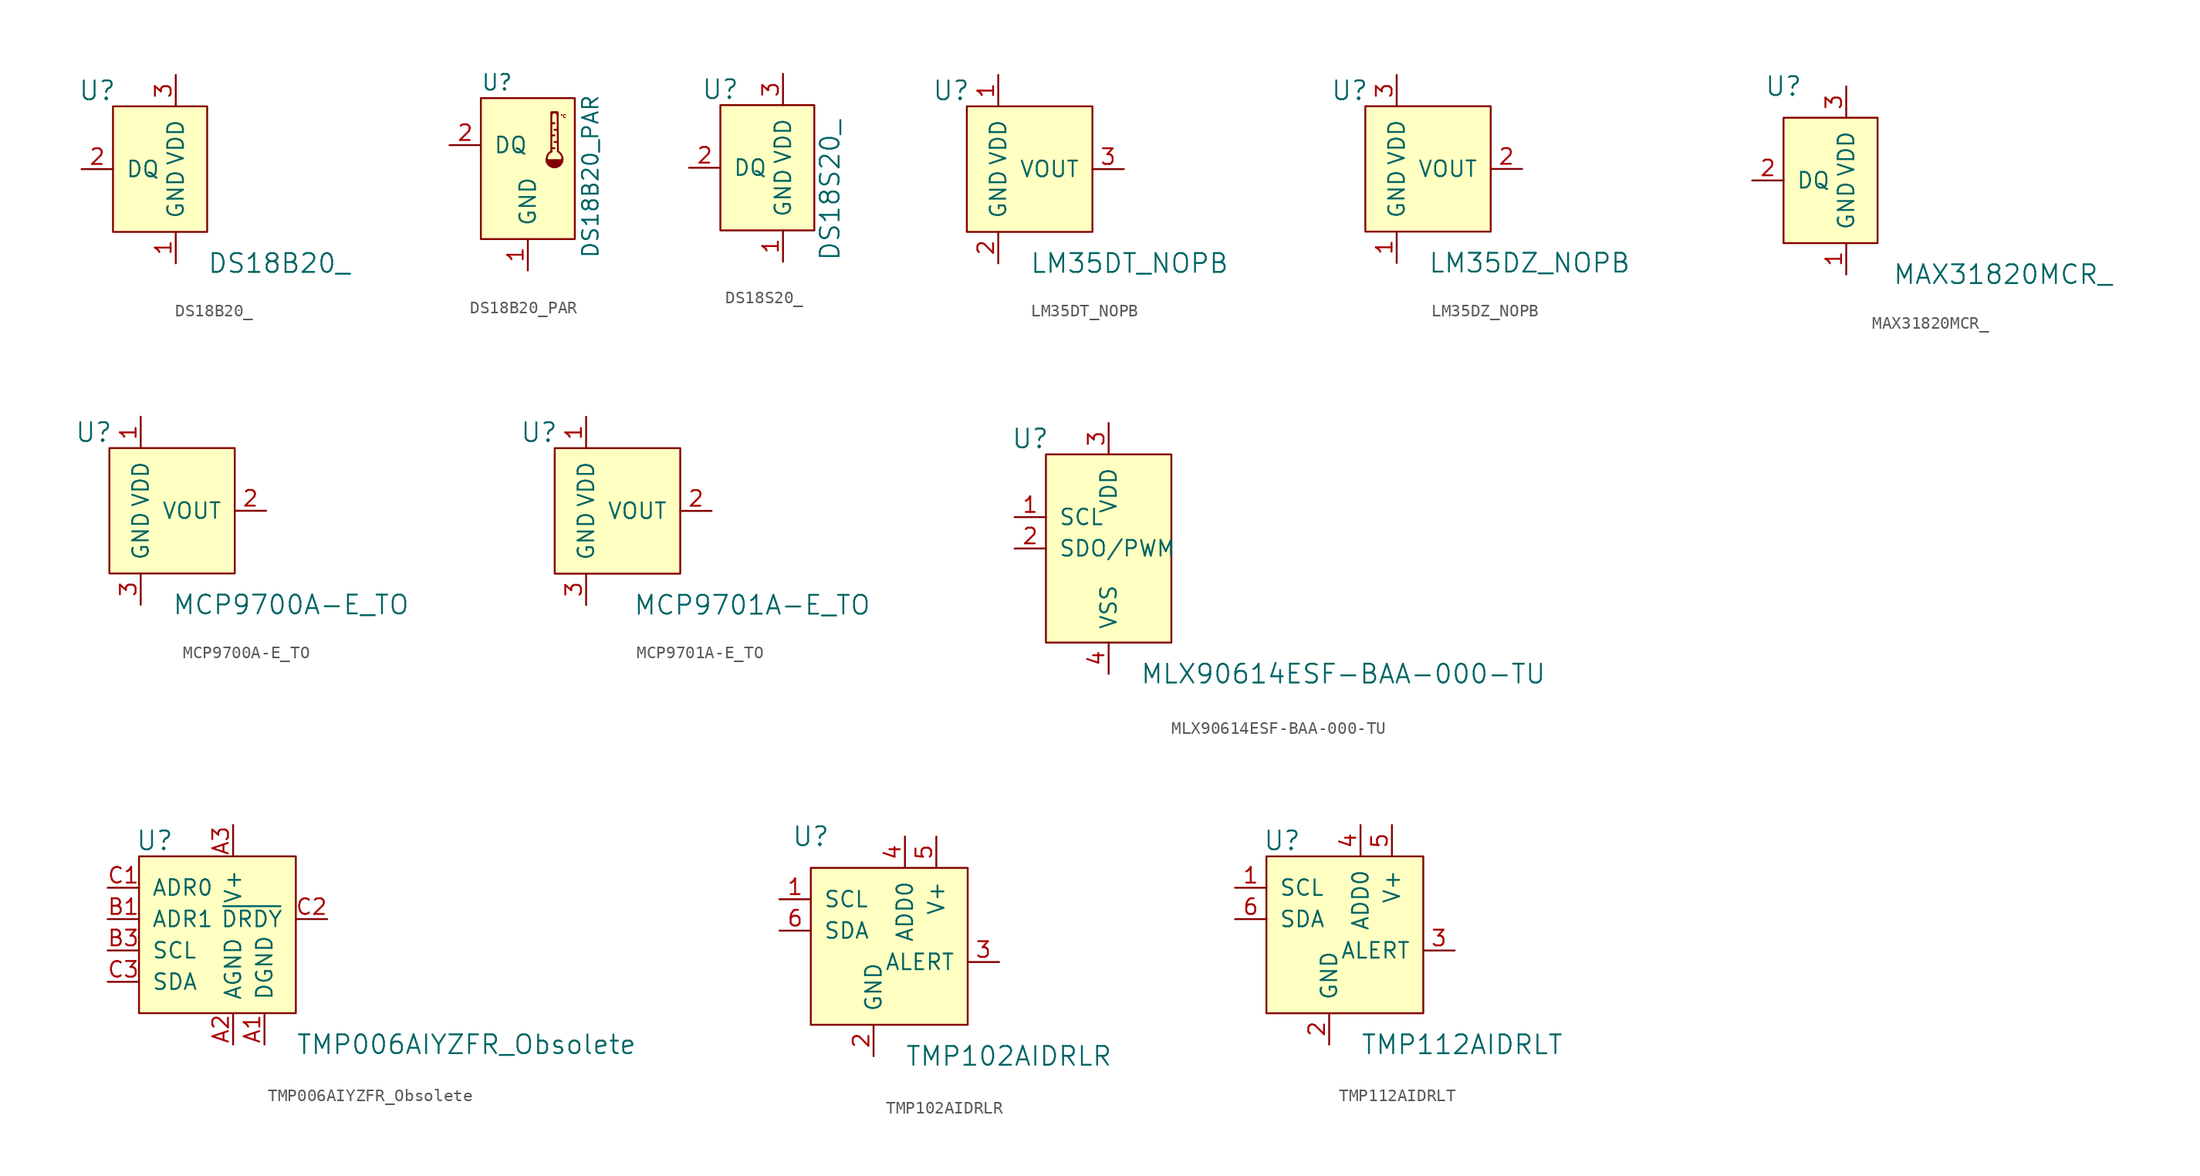
<source format=kicad_sym>
(kicad_symbol_lib
  (version 20211014)
  (generator kicad_symbol_editor)
  (symbol "DS18B20_"
    (pin_names
      (offset 1.016))
    (property "Reference" "U"
      (at -6.35 6.35 0)
      (effects (font (size 1.524 1.524))))
    (property "Value" "DS18B20_"
      (at 2.54 -7.62 0)
      (effects (font (size 1.524 1.524)) (justify left)))
    (symbol "DS18B20__0_1"
      (rectangle (start -5.08 5.08) (end 2.54 -5.08) (stroke (width 0) (type default) (color 0 0 0 0)) (fill (type background))))
    (symbol "DS18B20__1_1"
      (pin power_in line (at 0 -7.62 90) (length 2.54) (name "GND" (effects (font (size 1.27 1.27)))) (number "1" (effects (font (size 1.27 1.27)))))
      (pin bidirectional line (at -7.62 0 0) (length 2.54) (name "DQ" (effects (font (size 1.27 1.27)))) (number "2" (effects (font (size 1.27 1.27)))))
      (pin power_in line (at 0 7.62 270) (length 2.54) (name "VDD" (effects (font (size 1.27 1.27)))) (number "3" (effects (font (size 1.27 1.27)))))))
  (symbol "DS18B20_PAR"
    (pin_names
      (offset 1.016))
    (property "Reference" "U"
      (at -3.81 8.89 0)
      (effects (font (size 1.27 1.27)) (justify left)))
    (property "Value" "DS18B20_PAR"
      (at 5.08 1.27 90)
      (effects (font (size 1.27 1.27))))
    (symbol "DS18B20_PAR_0_1"
      (rectangle (start -3.81 -3.81) (end 3.81 7.62) (stroke (width 0) (type default) (color 0 0 0 0)) (fill (type background))))
    (symbol "DS18B20_PAR_1_0"
      (polyline (pts (xy 1.905 4.597) (xy 2.159 4.597)) (stroke (width 0) (type default) (color 0 0 0 0)) (fill (type none)))
      (polyline (pts (xy 1.93 3.556) (xy 2.159 3.556)) (stroke (width 0) (type default) (color 0 0 0 0)) (fill (type none)))
      (polyline (pts (xy 2.159 5.588) (xy 1.905 5.588)) (stroke (width 0) (type default) (color 0 0 0 0)) (fill (type none)))
      (polyline (pts (xy 2.413 4.064) (xy 2.159 4.064)) (stroke (width 0) (type default) (color 0 0 0 0)) (fill (type none)))
      (polyline (pts (xy 2.413 5.055) (xy 2.159 5.055)) (stroke (width 0) (type default) (color 0 0 0 0)) (fill (type none)))
      (polyline (pts (xy 1.905 3.277) (xy 1.905 6.477) (xy 2.413 6.477) (xy 2.438 3.302)) (stroke (width 0) (type default) (color 0 0 0 0)) (fill (type none)))
      (arc (start 1.524 2.667) (mid 2.159 2.032) (end 2.794 2.667) (stroke (width 0.1778) (type default) (color 0 0 0 0)) (fill (type none)))
      (arc (start 1.524 2.667) (mid 2.159 2.032) (end 2.794 2.667) (stroke (width 0.1778) (type default) (color 0 0 0 0)) (fill (type outline)))
      (arc (start 1.9304 3.302) (mid 1.6277 3.0477) (end 1.5494 2.667) (stroke (width 0) (type default) (color 0 0 0 0)) (fill (type none)))
      (arc (start 2.413 6.223) (mid 2.159 6.477) (end 1.905 6.223) (stroke (width 0) (type default) (color 0 0 0 0)) (fill (type none)))
      (arc (start 2.8194 2.667) (mid 2.7121 3.0279) (end 2.4384 3.302) (stroke (width 0) (type default) (color 0 0 0 0)) (fill (type none)))
      (text "°C" (at 2.616 6.299 0) (effects (font (size 0.254 0.254)) (justify left top))))
    (symbol "DS18B20_PAR_1_1"
      (pin power_in line (at 0 -6.35 90) (length 2.54) (name "GND" (effects (font (size 1.27 1.27)))) (number "1" (effects (font (size 1.27 1.27)))))
      (pin bidirectional line (at -6.35 3.81 0) (length 2.54) (name "DQ" (effects (font (size 1.27 1.27)))) (number "2" (effects (font (size 1.27 1.27)))))
      (pin no_connect line (at -6.35 1.27 0) (length 2.54) hide (name "N.C." (effects (font (size 1.27 1.27)))) (number "3" (effects (font (size 1.27 1.27)))))))
  (symbol "DS18S20_"
    (pin_names
      (offset 1.016))
    (property "Reference" "U"
      (at -5.08 6.35 0)
      (effects (font (size 1.524 1.524))))
    (property "Value" "DS18S20_"
      (at 3.81 -7.62 90)
      (effects (font (size 1.524 1.524)) (justify left)))
    (symbol "DS18S20__0_1"
      (rectangle (start -5.08 5.08) (end 2.54 -5.08) (stroke (width 0) (type default) (color 0 0 0 0)) (fill (type background))))
    (symbol "DS18S20__1_1"
      (pin power_in line (at 0 -7.62 90) (length 2.54) (name "GND" (effects (font (size 1.27 1.27)))) (number "1" (effects (font (size 1.27 1.27)))))
      (pin bidirectional line (at -7.62 0 0) (length 2.54) (name "DQ" (effects (font (size 1.27 1.27)))) (number "2" (effects (font (size 1.27 1.27)))))
      (pin power_in line (at 0 7.62 270) (length 2.54) (name "VDD" (effects (font (size 1.27 1.27)))) (number "3" (effects (font (size 1.27 1.27)))))))
  (symbol "LM35DT_NOPB"
    (pin_names
      (offset 1.016))
    (property "Reference" "U"
      (at -3.81 6.35 0)
      (effects (font (size 1.524 1.524))))
    (property "Value" "LM35DT_NOPB"
      (at 2.54 -7.62 0)
      (effects (font (size 1.524 1.524)) (justify left)))
    (symbol "LM35DT_NOPB_0_1"
      (rectangle (start 7.62 5.08) (end -2.54 -5.08) (stroke (width 0) (type default) (color 0 0 0 0)) (fill (type background))))
    (symbol "LM35DT_NOPB_1_1"
      (pin power_in line (at 0 7.62 270) (length 2.54) (name "VDD" (effects (font (size 1.27 1.27)))) (number "1" (effects (font (size 1.27 1.27)))))
      (pin power_in line (at 0 -7.62 90) (length 2.54) (name "GND" (effects (font (size 1.27 1.27)))) (number "2" (effects (font (size 1.27 1.27)))))
      (pin output line (at 10.16 0 180) (length 2.54) (name "VOUT" (effects (font (size 1.27 1.27)))) (number "3" (effects (font (size 1.27 1.27)))))))
  (symbol "LM35DZ_NOPB"
    (pin_names
      (offset 1.016))
    (property "Reference" "U"
      (at -3.81 6.35 0)
      (effects (font (size 1.524 1.524))))
    (property "Value" "LM35DZ_NOPB"
      (at 2.54 -7.62 0)
      (effects (font (size 1.524 1.524)) (justify left)))
    (symbol "LM35DZ_NOPB_0_1"
      (rectangle (start 7.62 5.08) (end -2.54 -5.08) (stroke (width 0) (type default) (color 0 0 0 0)) (fill (type background))))
    (symbol "LM35DZ_NOPB_1_1"
      (pin power_in line (at 0 -7.62 90) (length 2.54) (name "GND" (effects (font (size 1.27 1.27)))) (number "1" (effects (font (size 1.27 1.27)))))
      (pin output line (at 10.16 0 180) (length 2.54) (name "VOUT" (effects (font (size 1.27 1.27)))) (number "2" (effects (font (size 1.27 1.27)))))
      (pin power_in line (at 0 7.62 270) (length 2.54) (name "VDD" (effects (font (size 1.27 1.27)))) (number "3" (effects (font (size 1.27 1.27)))))))
  (symbol "MAX31820MCR_"
    (pin_names
      (offset 1.016))
    (property "Reference" "U"
      (at -5.08 7.62 0)
      (effects (font (size 1.524 1.524))))
    (property "Value" "MAX31820MCR_"
      (at 12.7 -7.62 0)
      (effects (font (size 1.524 1.524))))
    (symbol "MAX31820MCR__0_1"
      (rectangle (start 2.54 5.08) (end -5.08 -5.08) (stroke (width 0) (type default) (color 0 0 0 0)) (fill (type background))))
    (symbol "MAX31820MCR__1_1"
      (pin power_in line (at 0 -7.62 90) (length 2.54) (name "GND" (effects (font (size 1.27 1.27)))) (number "1" (effects (font (size 1.27 1.27)))))
      (pin bidirectional line (at -7.62 0 0) (length 2.54) (name "DQ" (effects (font (size 1.27 1.27)))) (number "2" (effects (font (size 1.27 1.27)))))
      (pin power_in line (at 0 7.62 270) (length 2.54) (name "VDD" (effects (font (size 1.27 1.27)))) (number "3" (effects (font (size 1.27 1.27)))))))
  (symbol "MCP9700A-E_TO"
    (pin_names
      (offset 1.016))
    (property "Reference" "U"
      (at -3.81 6.35 0)
      (effects (font (size 1.524 1.524))))
    (property "Value" "MCP9700A-E_TO"
      (at 2.54 -7.62 0)
      (effects (font (size 1.524 1.524)) (justify left)))
    (symbol "MCP9700A-E_TO_0_1"
      (rectangle (start 7.62 5.08) (end -2.54 -5.08) (stroke (width 0) (type default) (color 0 0 0 0)) (fill (type background))))
    (symbol "MCP9700A-E_TO_1_1"
      (pin power_in line (at 0 7.62 270) (length 2.54) (name "VDD" (effects (font (size 1.27 1.27)))) (number "1" (effects (font (size 1.27 1.27)))))
      (pin output line (at 10.16 0 180) (length 2.54) (name "VOUT" (effects (font (size 1.27 1.27)))) (number "2" (effects (font (size 1.27 1.27)))))
      (pin power_in line (at 0 -7.62 90) (length 2.54) (name "GND" (effects (font (size 1.27 1.27)))) (number "3" (effects (font (size 1.27 1.27)))))))
  (symbol "MCP9701A-E_TO"
    (pin_names
      (offset 1.016))
    (property "Reference" "U"
      (at -3.81 6.35 0)
      (effects (font (size 1.524 1.524))))
    (property "Value" "MCP9701A-E_TO"
      (at 3.81 -7.62 0)
      (effects (font (size 1.524 1.524)) (justify left)))
    (symbol "MCP9701A-E_TO_0_1"
      (rectangle (start 7.62 5.08) (end -2.54 -5.08) (stroke (width 0) (type default) (color 0 0 0 0)) (fill (type background))))
    (symbol "MCP9701A-E_TO_1_1"
      (pin power_in line (at 0 7.62 270) (length 2.54) (name "VDD" (effects (font (size 1.27 1.27)))) (number "1" (effects (font (size 1.27 1.27)))))
      (pin output line (at 10.16 0 180) (length 2.54) (name "VOUT" (effects (font (size 1.27 1.27)))) (number "2" (effects (font (size 1.27 1.27)))))
      (pin power_in line (at 0 -7.62 90) (length 2.54) (name "GND" (effects (font (size 1.27 1.27)))) (number "3" (effects (font (size 1.27 1.27)))))))
  (symbol "MLX90614ESF-BAA-000-TU"
    (pin_names
      (offset 1.016))
    (property "Reference" "U"
      (at -6.35 8.89 0)
      (effects (font (size 1.524 1.524))))
    (property "Value" "MLX90614ESF-BAA-000-TU"
      (at 2.54 -10.16 0)
      (effects (font (size 1.524 1.524)) (justify left)))
    (symbol "MLX90614ESF-BAA-000-TU_1_1"
      (rectangle (start -5.08 7.62) (end 5.08 -7.62) (stroke (width 0) (type default) (color 0 0 0 0)) (fill (type background)))
      (pin input line (at -7.62 2.54 0) (length 2.54) (name "SCL" (effects (font (size 1.27 1.27)))) (number "1" (effects (font (size 1.27 1.27)))))
      (pin bidirectional line (at -7.62 0 0) (length 2.54) (name "SDO/PWM" (effects (font (size 1.27 1.27)))) (number "2" (effects (font (size 1.27 1.27)))))
      (pin power_in line (at 0 10.16 270) (length 2.54) (name "VDD" (effects (font (size 1.27 1.27)))) (number "3" (effects (font (size 1.27 1.27)))))
      (pin power_in line (at 0 -10.16 90) (length 2.54) (name "VSS" (effects (font (size 1.27 1.27)))) (number "4" (effects (font (size 1.27 1.27)))))))
  (symbol "TMP006AIYZFR_Obsolete"
    (pin_names
      (offset 1.016))
    (property "Reference" "U"
      (at -6.35 11.43 0)
      (effects (font (size 1.524 1.524))))
    (property "Value" "TMP006AIYZFR_Obsolete"
      (at 5.08 -5.08 0)
      (effects (font (size 1.524 1.524)) (justify left)))
    (symbol "TMP006AIYZFR_Obsolete_0_1"
      (rectangle (start -7.62 10.16) (end 5.08 -2.54) (stroke (width 0) (type default) (color 0 0 0 0)) (fill (type background))))
    (symbol "TMP006AIYZFR_Obsolete_1_1"
      (pin power_in line (at 2.54 -5.08 90) (length 2.54) (name "DGND" (effects (font (size 1.27 1.27)))) (number "A1" (effects (font (size 1.27 1.27)))))
      (pin power_in line (at 0 -5.08 90) (length 2.54) (name "AGND" (effects (font (size 1.27 1.27)))) (number "A2" (effects (font (size 1.27 1.27)))))
      (pin power_in line (at 0 12.7 270) (length 2.54) (name "V+" (effects (font (size 1.27 1.27)))) (number "A3" (effects (font (size 1.27 1.27)))))
      (pin input line (at -10.16 5.08 0) (length 2.54) (name "ADR1" (effects (font (size 1.27 1.27)))) (number "B1" (effects (font (size 1.27 1.27)))))
      (pin input line (at -10.16 2.54 0) (length 2.54) (name "SCL" (effects (font (size 1.27 1.27)))) (number "B3" (effects (font (size 1.27 1.27)))))
      (pin input line (at -10.16 7.62 0) (length 2.54) (name "ADR0" (effects (font (size 1.27 1.27)))) (number "C1" (effects (font (size 1.27 1.27)))))
      (pin output line (at 7.62 5.08 180) (length 2.54) (name "~{DRDY}" (effects (font (size 1.27 1.27)))) (number "C2" (effects (font (size 1.27 1.27)))))
      (pin bidirectional line (at -10.16 0 0) (length 2.54) (name "SDA" (effects (font (size 1.27 1.27)))) (number "C3" (effects (font (size 1.27 1.27)))))))
  (symbol "TMP102AIDRLR"
    (pin_names
      (offset 1.016))
    (property "Reference" "U"
      (at -7.62 10.16 0)
      (effects (font (size 1.524 1.524))))
    (property "Value" "TMP102AIDRLR"
      (at 0 -7.62 0)
      (effects (font (size 1.524 1.524)) (justify left)))
    (symbol "TMP102AIDRLR_0_1"
      (rectangle (start -7.62 7.62) (end 5.08 -5.08) (stroke (width 0) (type default) (color 0 0 0 0)) (fill (type background))))
    (symbol "TMP102AIDRLR_1_1"
      (pin input line (at -10.16 5.08 0) (length 2.54) (name "SCL" (effects (font (size 1.27 1.27)))) (number "1" (effects (font (size 1.27 1.27)))))
      (pin power_in line (at -2.54 -7.62 90) (length 2.54) (name "GND" (effects (font (size 1.27 1.27)))) (number "2" (effects (font (size 1.27 1.27)))))
      (pin output line (at 7.62 0 180) (length 2.54) (name "ALERT" (effects (font (size 1.27 1.27)))) (number "3" (effects (font (size 1.27 1.27)))))
      (pin power_in line (at 0 10.16 270) (length 2.54) (name "ADD0" (effects (font (size 1.27 1.27)))) (number "4" (effects (font (size 1.27 1.27)))))
      (pin power_in line (at 2.54 10.16 270) (length 2.54) (name "V+" (effects (font (size 1.27 1.27)))) (number "5" (effects (font (size 1.27 1.27)))))
      (pin bidirectional line (at -10.16 2.54 0) (length 2.54) (name "SDA" (effects (font (size 1.27 1.27)))) (number "6" (effects (font (size 1.27 1.27)))))))
  (symbol "TMP112AIDRLT"
    (pin_names
      (offset 1.016))
    (property "Reference" "U"
      (at -6.35 8.89 0)
      (effects (font (size 1.524 1.524))))
    (property "Value" "TMP112AIDRLT"
      (at 0 -7.62 0)
      (effects (font (size 1.524 1.524)) (justify left)))
    (symbol "TMP112AIDRLT_0_1"
      (rectangle (start -7.62 7.62) (end 5.08 -5.08) (stroke (width 0) (type default) (color 0 0 0 0)) (fill (type background))))
    (symbol "TMP112AIDRLT_1_1"
      (pin input line (at -10.16 5.08 0) (length 2.54) (name "SCL" (effects (font (size 1.27 1.27)))) (number "1" (effects (font (size 1.27 1.27)))))
      (pin power_in line (at -2.54 -7.62 90) (length 2.54) (name "GND" (effects (font (size 1.27 1.27)))) (number "2" (effects (font (size 1.27 1.27)))))
      (pin output line (at 7.62 0 180) (length 2.54) (name "ALERT" (effects (font (size 1.27 1.27)))) (number "3" (effects (font (size 1.27 1.27)))))
      (pin power_in line (at 0 10.16 270) (length 2.54) (name "ADD0" (effects (font (size 1.27 1.27)))) (number "4" (effects (font (size 1.27 1.27)))))
      (pin power_in line (at 2.54 10.16 270) (length 2.54) (name "V+" (effects (font (size 1.27 1.27)))) (number "5" (effects (font (size 1.27 1.27)))))
      (pin bidirectional line (at -10.16 2.54 0) (length 2.54) (name "SDA" (effects (font (size 1.27 1.27)))) (number "6" (effects (font (size 1.27 1.27))))))))
</source>
